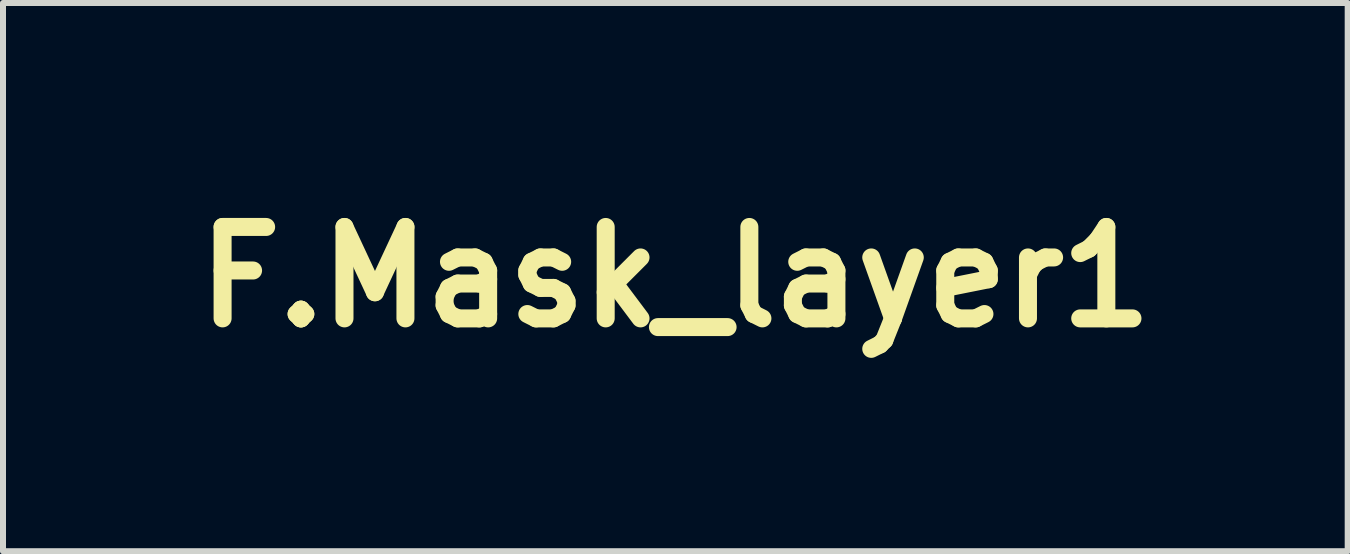
<source format=kicad_pcb>
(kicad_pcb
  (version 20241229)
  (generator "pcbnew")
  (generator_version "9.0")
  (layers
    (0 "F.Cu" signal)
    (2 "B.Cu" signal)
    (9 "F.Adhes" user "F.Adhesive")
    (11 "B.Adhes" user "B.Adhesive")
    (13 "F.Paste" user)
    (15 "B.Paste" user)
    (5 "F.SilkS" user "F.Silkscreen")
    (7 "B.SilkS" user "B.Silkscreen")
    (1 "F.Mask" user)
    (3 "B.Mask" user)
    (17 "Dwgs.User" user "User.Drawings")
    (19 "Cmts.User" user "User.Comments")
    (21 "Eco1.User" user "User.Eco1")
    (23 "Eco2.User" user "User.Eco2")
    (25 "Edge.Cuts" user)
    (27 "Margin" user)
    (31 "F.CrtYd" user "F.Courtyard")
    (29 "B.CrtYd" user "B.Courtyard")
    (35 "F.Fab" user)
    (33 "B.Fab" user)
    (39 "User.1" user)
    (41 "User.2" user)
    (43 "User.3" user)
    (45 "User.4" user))
  (footprint "F.Mask_layer1"
    (layer "F.Cu")
    (at 8.208 1.568)
    (property "Reference" "F.Mask_layer1" (at 0 0 0) (layer "F.SilkS") (effects (font (size 1.524 1.524) (thickness 0.3))))
    (attr through_hole)
    (fp_poly (pts (xy -3.143 0.47) (xy 5.592 0.449) (xy 5.648 0.396) (xy 5.732 0.342) (xy 5.821 0.329) (xy 5.893 0.347) (xy 5.96 0.388) (xy 5.998 0.447) (xy 6.011 0.534) (xy 6.011 0.551) (xy 5.993 0.641) (xy 5.944 0.709) (xy 5.872 0.75) (xy 5.783 0.76) (xy 5.7 0.741) (xy 5.655 0.71) (xy 5.616 0.664) (xy 5.579 0.607) (xy 1.164 0.622) (xy -3.251 0.637) (xy -3.292 0.547) (xy 5.738 0.547) (xy 5.748 0.568) (xy 5.766 0.583) (xy 5.812 0.598) (xy 5.85 0.578) (xy 5.863 0.536) (xy 5.847 0.503) (xy 5.81 0.493) (xy 5.769 0.51) (xy 5.761 0.517) (xy 5.738 0.547) (xy -3.292 0.547) (xy -3.343 0.435) (xy -3.434 0.233) (xy -4.165 0.228) (xy -4.361 0.226) (xy -4.519 0.224) (xy -4.643 0.222) (xy -4.738 0.219) (xy -4.808 0.216) (xy -4.856 0.211) (xy -4.887 0.205) (xy -4.906 0.198) (xy -4.917 0.188) (xy -4.919 0.185) (xy -4.931 0.14) (xy -4.919 0.111) (xy -4.91 0.102) (xy -4.895 0.094) (xy -4.869 0.088) (xy -4.828 0.083) (xy -4.768 0.079) (xy -4.685 0.077) (xy -4.575 0.075) (xy -4.433 0.075) (xy -4.257 0.074) (xy -4.107 0.074) (xy -3.319 0.074) (xy -3.143 0.47)) (stroke (width 0.01) (type solid)) (fill yes) (layer "F.Mask"))
    (fp_poly (pts (xy -3.146 -1.274) (xy -3.08 -1.223) (xy -3.041 -1.14) (xy -3.033 -1.096) (xy -3.029 -1.031) (xy -3.04 -0.987) (xy -3.073 -0.945) (xy -3.086 -0.932) (xy -3.148 -0.885) (xy -3.213 -0.868) (xy -3.226 -0.868) (xy -3.261 -0.866) (xy -3.288 -0.857) (xy -3.312 -0.833) (xy -3.341 -0.787) (xy -3.379 -0.713) (xy -3.397 -0.677) (xy -3.493 -0.487) (xy -4.202 -0.487) (xy -4.396 -0.487) (xy -4.551 -0.488) (xy -4.673 -0.489) (xy -4.764 -0.491) (xy -4.831 -0.494) (xy -4.876 -0.499) (xy -4.904 -0.505) (xy -4.919 -0.513) (xy -4.925 -0.521) (xy -4.926 -0.568) (xy -4.917 -0.59) (xy -4.907 -0.6) (xy -4.887 -0.608) (xy -4.852 -0.614) (xy -4.799 -0.619) (xy -4.723 -0.623) (xy -4.619 -0.625) (xy -4.483 -0.628) (xy -4.311 -0.629) (xy -4.247 -0.63) (xy -3.598 -0.636) (xy -3.516 -0.799) (xy -3.474 -0.888) (xy -3.452 -0.95) (xy -3.448 -0.992) (xy -3.452 -1.011) (xy -3.458 -1.057) (xy -3.301 -1.057) (xy -3.288 -1.03) (xy -3.249 -1.017) (xy -3.207 -1.036) (xy -3.199 -1.044) (xy -3.189 -1.082) (xy -3.208 -1.117) (xy -3.244 -1.134) (xy -3.266 -1.131) (xy -3.295 -1.101) (xy -3.301 -1.057) (xy -3.458 -1.057) (xy -3.463 -1.093) (xy -3.438 -1.171) (xy -3.385 -1.236) (xy -3.311 -1.279) (xy -3.238 -1.291) (xy -3.146 -1.274)) (stroke (width 0.01) (type solid)) (fill yes) (layer "F.Mask"))
    (fp_poly (pts (xy -2.865 -0.404) (xy -2.802 -0.352) (xy -2.762 -0.278) (xy -2.752 -0.212) (xy -2.762 -0.12) (xy -2.795 -0.057) (xy -2.857 -0.014) (xy -2.869 -0.009) (xy -2.935 0.014) (xy -2.985 0.017) (xy -3.04 0.000426) (xy -3.04 0.000422) (xy -3.085 -0.029) (xy -3.127 -0.072) (xy -3.17 -0.127) (xy -4.033 -0.132) (xy -4.249 -0.134) (xy -4.426 -0.135) (xy -4.568 -0.137) (xy -4.68 -0.14) (xy -4.765 -0.143) (xy -4.827 -0.147) (xy -4.869 -0.152) (xy -4.896 -0.158) (xy -4.911 -0.165) (xy -4.917 -0.172) (xy -4.927 -0.212) (xy -3.018 -0.212) (xy -3.015 -0.185) (xy -2.986 -0.155) (xy -2.945 -0.151) (xy -2.911 -0.173) (xy -2.907 -0.182) (xy -2.91 -0.223) (xy -2.924 -0.245) (xy -2.962 -0.261) (xy -2.999 -0.246) (xy -3.018 -0.212) (xy -4.927 -0.212) (xy -4.929 -0.218) (xy -4.925 -0.241) (xy -4.919 -0.249) (xy -4.904 -0.256) (xy -4.877 -0.262) (xy -4.835 -0.266) (xy -4.772 -0.27) (xy -4.687 -0.272) (xy -4.574 -0.274) (xy -4.429 -0.275) (xy -4.25 -0.275) (xy -4.044 -0.275) (xy -3.83 -0.275) (xy -3.654 -0.276) (xy -3.512 -0.276) (xy -3.401 -0.278) (xy -3.317 -0.28) (xy -3.256 -0.283) (xy -3.213 -0.287) (xy -3.185 -0.293) (xy -3.169 -0.3) (xy -3.159 -0.309) (xy -3.154 -0.317) (xy -3.107 -0.367) (xy -3.035 -0.405) (xy -2.955 -0.423) (xy -2.942 -0.423) (xy -2.865 -0.404)) (stroke (width 0.01) (type solid)) (fill yes) (layer "F.Mask"))
    (fp_poly (pts (xy -3.408 0.751) (xy -3.348 0.885) (xy -3.301 0.982) (xy -3.265 1.048) (xy -3.238 1.086) (xy -3.218 1.1) (xy -3.216 1.101) (xy -3.176 1.114) (xy -3.125 1.146) (xy -3.113 1.155) (xy -3.072 1.197) (xy -3.053 1.241) (xy -3.048 1.307) (xy -3.048 1.311) (xy -3.063 1.409) (xy -3.109 1.478) (xy -3.184 1.516) (xy -3.254 1.524) (xy -3.325 1.517) (xy -3.378 1.49) (xy -3.409 1.462) (xy -3.457 1.389) (xy -3.472 1.308) (xy -3.318 1.308) (xy -3.307 1.338) (xy -3.303 1.343) (xy -3.273 1.37) (xy -3.26 1.376) (xy -3.235 1.361) (xy -3.216 1.343) (xy -3.201 1.312) (xy -3.219 1.281) (xy -3.224 1.275) (xy -3.254 1.251) (xy -3.279 1.26) (xy -3.295 1.275) (xy -3.318 1.308) (xy -3.472 1.308) (xy -3.473 1.303) (xy -3.456 1.221) (xy -3.44 1.192) (xy -3.429 1.172) (xy -3.425 1.147) (xy -3.432 1.112) (xy -3.45 1.06) (xy -3.482 0.983) (xy -3.53 0.874) (xy -3.534 0.865) (xy -3.66 0.582) (xy -4.269 0.572) (xy -4.427 0.568) (xy -4.571 0.564) (xy -4.696 0.559) (xy -4.797 0.555) (xy -4.868 0.55) (xy -4.903 0.545) (xy -4.905 0.544) (xy -4.929 0.507) (xy -4.925 0.458) (xy -4.906 0.428) (xy -4.886 0.42) (xy -4.84 0.414) (xy -4.765 0.409) (xy -4.659 0.406) (xy -4.517 0.403) (xy -4.338 0.402) (xy -4.222 0.402) (xy -3.562 0.402) (xy -3.408 0.751)) (stroke (width 0.01) (type solid)) (fill yes) (layer "F.Mask"))
    (fp_poly (pts (xy -4.41 -1.562) (xy -4.202 -1.556) (xy -4.159 -1.43) (xy -4.135 -1.362) (xy -4.111 -1.32) (xy -4.076 -1.292) (xy -4.019 -1.266) (xy -3.984 -1.253) (xy -3.918 -1.225) (xy -3.87 -1.2) (xy -3.852 -1.183) (xy -3.861 -1.154) (xy -3.884 -1.101) (xy -3.905 -1.059) (xy -3.957 -0.955) (xy -4.078 -0.998) (xy -4.276 -1.046) (xy -4.474 -1.055) (xy -4.668 -1.026) (xy -4.852 -0.963) (xy -5.022 -0.866) (xy -5.173 -0.74) (xy -5.3 -0.586) (xy -5.399 -0.406) (xy -5.421 -0.348) (xy -5.448 -0.255) (xy -5.463 -0.152) (xy -5.469 -0.022) (xy -5.469 -0.021) (xy -5.457 0.173) (xy -5.414 0.348) (xy -5.336 0.517) (xy -5.294 0.586) (xy -5.168 0.744) (xy -5.016 0.872) (xy -4.844 0.967) (xy -4.656 1.029) (xy -4.46 1.055) (xy -4.26 1.043) (xy -4.074 0.996) (xy -4.009 0.974) (xy -3.962 0.958) (xy -3.945 0.953) (xy -3.934 0.97) (xy -3.915 1.015) (xy -3.893 1.074) (xy -3.873 1.133) (xy -3.859 1.179) (xy -3.857 1.197) (xy -3.881 1.21) (xy -3.933 1.232) (xy -3.992 1.256) (xy -4.061 1.284) (xy -4.102 1.311) (xy -4.128 1.347) (xy -4.15 1.406) (xy -4.154 1.418) (xy -4.179 1.484) (xy -4.203 1.532) (xy -4.217 1.549) (xy -4.254 1.559) (xy -4.32 1.565) (xy -4.401 1.567) (xy -4.486 1.565) (xy -4.565 1.56) (xy -4.624 1.551) (xy -4.651 1.54) (xy -4.673 1.499) (xy -4.687 1.46) (xy -4.714 1.374) (xy -4.743 1.32) (xy -4.779 1.287) (xy -4.823 1.268) (xy -4.888 1.244) (xy -4.967 1.212) (xy -5.011 1.192) (xy -5.122 1.142) (xy -5.23 1.197) (xy -5.308 1.229) (xy -5.368 1.242) (xy -5.386 1.24) (xy -5.423 1.219) (xy -5.476 1.176) (xy -5.536 1.119) (xy -5.594 1.057) (xy -5.641 1) (xy -5.669 0.957) (xy -5.673 0.943) (xy -5.663 0.906) (xy -5.639 0.848) (xy -5.618 0.805) (xy -5.564 0.702) (xy -5.627 0.557) (xy -5.659 0.48) (xy -5.686 0.412) (xy -5.702 0.369) (xy -5.703 0.367) (xy -5.731 0.329) (xy -5.781 0.298) (xy -5.784 0.297) (xy -5.855 0.269) (xy -5.922 0.242) (xy -5.992 0.212) (xy -5.986 -0.005) (xy -5.98 -0.222) (xy -5.854 -0.267) (xy -5.777 -0.299) (xy -5.727 -0.333) (xy -5.712 -0.351) (xy -5.696 -0.39) (xy -5.669 -0.454) (xy -5.636 -0.532) (xy -5.631 -0.545) (xy -5.566 -0.698) (xy -5.621 -0.806) (xy -5.653 -0.884) (xy -5.666 -0.944) (xy -5.664 -0.962) (xy -5.643 -1) (xy -5.6 -1.053) (xy -5.542 -1.112) (xy -5.481 -1.17) (xy -5.424 -1.217) (xy -5.38 -1.245) (xy -5.367 -1.249) (xy -5.329 -1.24) (xy -5.271 -1.216) (xy -5.231 -1.197) (xy -5.13 -1.146) (xy -4.941 -1.222) (xy -4.858 -1.257) (xy -4.789 -1.288) (xy -4.746 -1.312) (xy -4.736 -1.321) (xy -4.721 -1.355) (xy -4.702 -1.412) (xy -4.696 -1.433) (xy -4.676 -1.494) (xy -4.653 -1.538) (xy -4.646 -1.545) (xy -4.611 -1.556) (xy -4.542 -1.562) (xy -4.445 -1.563) (xy -4.41 -1.562)) (stroke (width 0.01) (type solid)) (fill yes) (layer "F.Mask")))
  (gr_rect
    (start -3 -3)
    (end 19.416 6.139)
    (stroke (width 0.1) (type default))
    (fill no)
    (layer "Edge.Cuts")))
</source>
